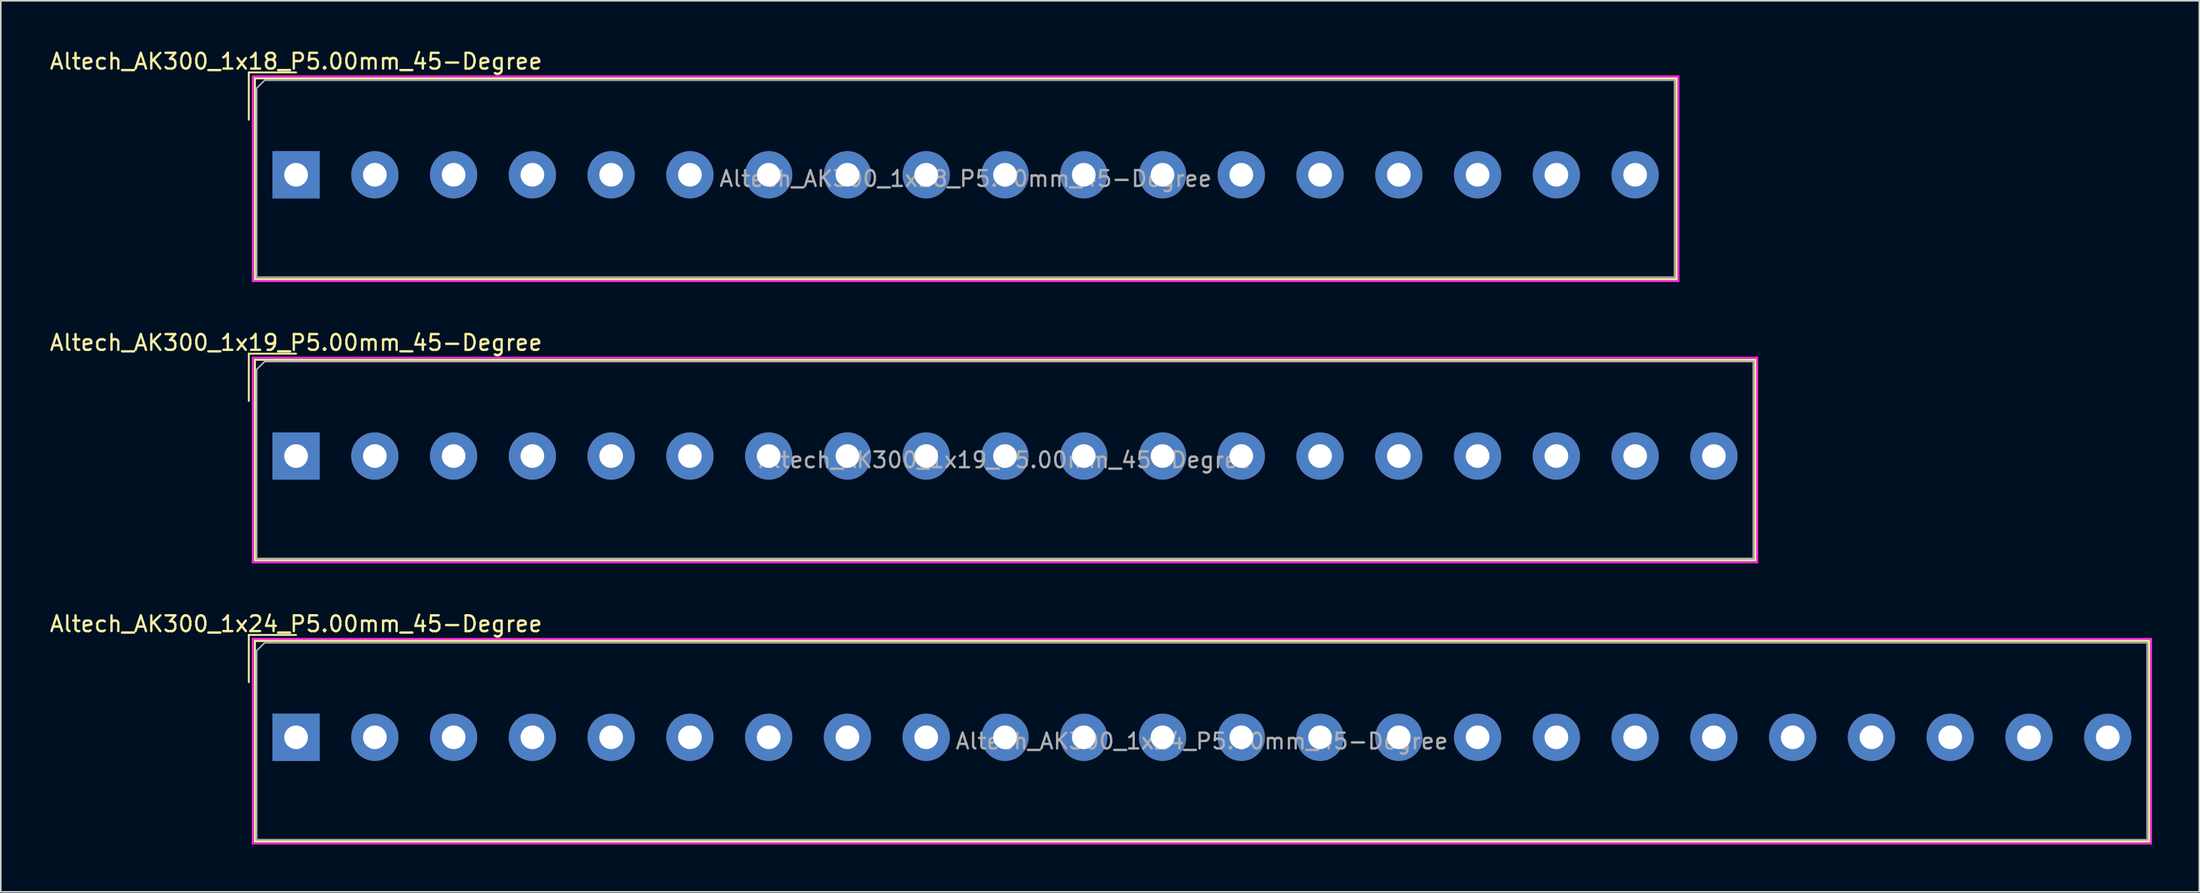
<source format=kicad_pcb>
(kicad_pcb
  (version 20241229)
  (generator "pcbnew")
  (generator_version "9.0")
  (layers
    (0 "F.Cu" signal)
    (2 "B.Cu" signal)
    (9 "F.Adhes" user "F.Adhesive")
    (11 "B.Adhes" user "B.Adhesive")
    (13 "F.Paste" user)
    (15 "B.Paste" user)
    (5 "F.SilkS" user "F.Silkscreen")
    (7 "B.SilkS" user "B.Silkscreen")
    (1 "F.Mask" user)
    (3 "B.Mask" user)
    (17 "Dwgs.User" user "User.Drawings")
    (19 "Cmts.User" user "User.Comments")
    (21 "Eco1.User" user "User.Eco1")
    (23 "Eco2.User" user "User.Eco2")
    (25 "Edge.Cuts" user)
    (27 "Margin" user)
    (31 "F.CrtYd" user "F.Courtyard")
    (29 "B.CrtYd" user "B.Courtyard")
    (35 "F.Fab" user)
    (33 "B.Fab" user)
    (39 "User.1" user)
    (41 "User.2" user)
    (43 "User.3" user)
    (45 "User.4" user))
  (footprint "Altech_AK300_1x18_P5.00mm_45-Degree"
    (layer "F.Cu")
    (at 15.744 8.048)
    (property "Reference" "Altech_AK300_1x18_P5.00mm_45-Degree" (at 0 -7.2 0) (layer "F.SilkS") (effects (font (size 1 1) (thickness 0.15))))
    (attr through_hole)
    (fp_line (start -3 -6.5) (end 0 -6.5) (stroke (width 0.12) (type solid)) (layer "F.SilkS"))
    (fp_line (start -3 -3.5) (end -3 -6.5) (stroke (width 0.12) (type solid)) (layer "F.SilkS"))
    (fp_line (start -2.62 -6.12) (end -2.62 6.62) (stroke (width 0.12) (type solid)) (layer "F.SilkS"))
    (fp_line (start -2.62 -6.12) (end -2.62 6.62) (stroke (width 0.12) (type solid)) (layer "F.SilkS"))
    (fp_line (start -2.62 -6.12) (end 87.62 -6.12) (stroke (width 0.12) (type solid)) (layer "F.SilkS"))
    (fp_line (start -2.62 -6.12) (end 87.62 -6.12) (stroke (width 0.12) (type solid)) (layer "F.SilkS"))
    (fp_line (start -2.62 6.62) (end 87.62 6.62) (stroke (width 0.12) (type solid)) (layer "F.SilkS"))
    (fp_line (start -2.62 6.62) (end 87.62 6.62) (stroke (width 0.12) (type solid)) (layer "F.SilkS"))
    (fp_line (start 87.62 -6.12) (end 87.62 6.62) (stroke (width 0.12) (type solid)) (layer "F.SilkS"))
    (fp_line (start 87.62 -6.12) (end 87.62 6.62) (stroke (width 0.12) (type solid)) (layer "F.SilkS"))
    (fp_line (start -2.75 -6.25) (end -2.75 6.75) (stroke (width 0.12) (type solid)) (layer "F.CrtYd"))
    (fp_line (start -2.75 -6.25) (end 87.75 -6.25) (stroke (width 0.12) (type solid)) (layer "F.CrtYd"))
    (fp_line (start -2.75 6.75) (end 87.75 6.75) (stroke (width 0.12) (type solid)) (layer "F.CrtYd"))
    (fp_line (start 87.75 -6.25) (end 87.75 6.75) (stroke (width 0.12) (type solid)) (layer "F.CrtYd"))
    (fp_line (start -2.5 -5.5) (end -2 -6) (stroke (width 0.1) (type solid)) (layer "F.Fab"))
    (fp_line (start -2.5 6.5) (end -2.5 -5.5) (stroke (width 0.1) (type solid)) (layer "F.Fab"))
    (fp_line (start -2 -6) (end 87.5 -6) (stroke (width 0.1) (type solid)) (layer "F.Fab"))
    (fp_line (start 87.5 -6) (end 87.5 6.5) (stroke (width 0.1) (type solid)) (layer "F.Fab"))
    (fp_line (start 87.5 6.5) (end -2.5 6.5) (stroke (width 0.1) (type solid)) (layer "F.Fab"))
    (fp_text user "${REFERENCE}" (at 42.5 0.25 0) (layer "F.Fab") (effects (font (size 1 1) (thickness 0.15))))
    (pad "1" thru_hole rect (at 0 0) (size 3 3) (drill 1.5) (layers "*.Cu" "*.Mask"))
    (pad "2" thru_hole circle (at 5 0) (size 3 3) (drill 1.5) (layers "*.Cu" "*.Mask"))
    (pad "3" thru_hole circle (at 10 0) (size 3 3) (drill 1.5) (layers "*.Cu" "*.Mask"))
    (pad "4" thru_hole circle (at 15 0) (size 3 3) (drill 1.5) (layers "*.Cu" "*.Mask"))
    (pad "5" thru_hole circle (at 20 0) (size 3 3) (drill 1.5) (layers "*.Cu" "*.Mask"))
    (pad "6" thru_hole circle (at 25 0) (size 3 3) (drill 1.5) (layers "*.Cu" "*.Mask"))
    (pad "7" thru_hole circle (at 30 0) (size 3 3) (drill 1.5) (layers "*.Cu" "*.Mask"))
    (pad "8" thru_hole circle (at 35 0) (size 3 3) (drill 1.5) (layers "*.Cu" "*.Mask"))
    (pad "9" thru_hole circle (at 40 0) (size 3 3) (drill 1.5) (layers "*.Cu" "*.Mask"))
    (pad "10" thru_hole circle (at 45 0) (size 3 3) (drill 1.5) (layers "*.Cu" "*.Mask"))
    (pad "11" thru_hole circle (at 50 0) (size 3 3) (drill 1.5) (layers "*.Cu" "*.Mask"))
    (pad "12" thru_hole circle (at 55 0) (size 3 3) (drill 1.5) (layers "*.Cu" "*.Mask"))
    (pad "13" thru_hole circle (at 60 0) (size 3 3) (drill 1.5) (layers "*.Cu" "*.Mask"))
    (pad "14" thru_hole circle (at 65 0) (size 3 3) (drill 1.5) (layers "*.Cu" "*.Mask"))
    (pad "15" thru_hole circle (at 70 0) (size 3 3) (drill 1.5) (layers "*.Cu" "*.Mask"))
    (pad "16" thru_hole circle (at 75 0) (size 3 3) (drill 1.5) (layers "*.Cu" "*.Mask"))
    (pad "17" thru_hole circle (at 80 0) (size 3 3) (drill 1.5) (layers "*.Cu" "*.Mask"))
    (pad "18" thru_hole circle (at 85 0) (size 3 3) (drill 1.5) (layers "*.Cu" "*.Mask")))
  (footprint "Altech_AK300_1x24_P5.00mm_45-Degree"
    (layer "F.Cu")
    (at 15.744 43.765)
    (property "Reference" "Altech_AK300_1x24_P5.00mm_45-Degree" (at 0 -7.2 0) (layer "F.SilkS") (effects (font (size 1 1) (thickness 0.15))))
    (attr through_hole)
    (fp_line (start -3 -6.5) (end 0 -6.5) (stroke (width 0.12) (type solid)) (layer "F.SilkS"))
    (fp_line (start -3 -3.5) (end -3 -6.5) (stroke (width 0.12) (type solid)) (layer "F.SilkS"))
    (fp_line (start -2.62 -6.12) (end -2.62 6.62) (stroke (width 0.12) (type solid)) (layer "F.SilkS"))
    (fp_line (start -2.62 -6.12) (end -2.62 6.62) (stroke (width 0.12) (type solid)) (layer "F.SilkS"))
    (fp_line (start -2.62 -6.12) (end 117.62 -6.12) (stroke (width 0.12) (type solid)) (layer "F.SilkS"))
    (fp_line (start -2.62 -6.12) (end 117.62 -6.12) (stroke (width 0.12) (type solid)) (layer "F.SilkS"))
    (fp_line (start -2.62 6.62) (end 117.62 6.62) (stroke (width 0.12) (type solid)) (layer "F.SilkS"))
    (fp_line (start -2.62 6.62) (end 117.62 6.62) (stroke (width 0.12) (type solid)) (layer "F.SilkS"))
    (fp_line (start 117.62 -6.12) (end 117.62 6.62) (stroke (width 0.12) (type solid)) (layer "F.SilkS"))
    (fp_line (start 117.62 -6.12) (end 117.62 6.62) (stroke (width 0.12) (type solid)) (layer "F.SilkS"))
    (fp_line (start -2.75 -6.25) (end -2.75 6.75) (stroke (width 0.12) (type solid)) (layer "F.CrtYd"))
    (fp_line (start -2.75 -6.25) (end 117.75 -6.25) (stroke (width 0.12) (type solid)) (layer "F.CrtYd"))
    (fp_line (start -2.75 6.75) (end 117.75 6.75) (stroke (width 0.12) (type solid)) (layer "F.CrtYd"))
    (fp_line (start 117.75 -6.25) (end 117.75 6.75) (stroke (width 0.12) (type solid)) (layer "F.CrtYd"))
    (fp_line (start -2.5 -5.5) (end -2 -6) (stroke (width 0.1) (type solid)) (layer "F.Fab"))
    (fp_line (start -2.5 6.5) (end -2.5 -5.5) (stroke (width 0.1) (type solid)) (layer "F.Fab"))
    (fp_line (start -2 -6) (end 117.5 -6) (stroke (width 0.1) (type solid)) (layer "F.Fab"))
    (fp_line (start 117.5 -6) (end 117.5 6.5) (stroke (width 0.1) (type solid)) (layer "F.Fab"))
    (fp_line (start 117.5 6.5) (end -2.5 6.5) (stroke (width 0.1) (type solid)) (layer "F.Fab"))
    (fp_text user "${REFERENCE}" (at 57.5 0.25 0) (layer "F.Fab") (effects (font (size 1 1) (thickness 0.15))))
    (pad "1" thru_hole rect (at 0 0) (size 3 3) (drill 1.5) (layers "*.Cu" "*.Mask"))
    (pad "2" thru_hole circle (at 5 0) (size 3 3) (drill 1.5) (layers "*.Cu" "*.Mask"))
    (pad "3" thru_hole circle (at 10 0) (size 3 3) (drill 1.5) (layers "*.Cu" "*.Mask"))
    (pad "4" thru_hole circle (at 15 0) (size 3 3) (drill 1.5) (layers "*.Cu" "*.Mask"))
    (pad "5" thru_hole circle (at 20 0) (size 3 3) (drill 1.5) (layers "*.Cu" "*.Mask"))
    (pad "6" thru_hole circle (at 25 0) (size 3 3) (drill 1.5) (layers "*.Cu" "*.Mask"))
    (pad "7" thru_hole circle (at 30 0) (size 3 3) (drill 1.5) (layers "*.Cu" "*.Mask"))
    (pad "8" thru_hole circle (at 35 0) (size 3 3) (drill 1.5) (layers "*.Cu" "*.Mask"))
    (pad "9" thru_hole circle (at 40 0) (size 3 3) (drill 1.5) (layers "*.Cu" "*.Mask"))
    (pad "10" thru_hole circle (at 45 0) (size 3 3) (drill 1.5) (layers "*.Cu" "*.Mask"))
    (pad "11" thru_hole circle (at 50 0) (size 3 3) (drill 1.5) (layers "*.Cu" "*.Mask"))
    (pad "12" thru_hole circle (at 55 0) (size 3 3) (drill 1.5) (layers "*.Cu" "*.Mask"))
    (pad "13" thru_hole circle (at 60 0) (size 3 3) (drill 1.5) (layers "*.Cu" "*.Mask"))
    (pad "14" thru_hole circle (at 65 0) (size 3 3) (drill 1.5) (layers "*.Cu" "*.Mask"))
    (pad "15" thru_hole circle (at 70 0) (size 3 3) (drill 1.5) (layers "*.Cu" "*.Mask"))
    (pad "16" thru_hole circle (at 75 0) (size 3 3) (drill 1.5) (layers "*.Cu" "*.Mask"))
    (pad "17" thru_hole circle (at 80 0) (size 3 3) (drill 1.5) (layers "*.Cu" "*.Mask"))
    (pad "18" thru_hole circle (at 85 0) (size 3 3) (drill 1.5) (layers "*.Cu" "*.Mask"))
    (pad "19" thru_hole circle (at 90 0) (size 3 3) (drill 1.5) (layers "*.Cu" "*.Mask"))
    (pad "20" thru_hole circle (at 95 0) (size 3 3) (drill 1.5) (layers "*.Cu" "*.Mask"))
    (pad "21" thru_hole circle (at 100 0) (size 3 3) (drill 1.5) (layers "*.Cu" "*.Mask"))
    (pad "22" thru_hole circle (at 105 0) (size 3 3) (drill 1.5) (layers "*.Cu" "*.Mask"))
    (pad "23" thru_hole circle (at 110 0) (size 3 3) (drill 1.5) (layers "*.Cu" "*.Mask"))
    (pad "24" thru_hole circle (at 115 0) (size 3 3) (drill 1.5) (layers "*.Cu" "*.Mask")))
  (footprint "Altech_AK300_1x19_P5.00mm_45-Degree"
    (layer "F.Cu")
    (at 15.744 25.907)
    (property "Reference" "Altech_AK300_1x19_P5.00mm_45-Degree" (at 0 -7.2 0) (layer "F.SilkS") (effects (font (size 1 1) (thickness 0.15))))
    (attr through_hole)
    (fp_line (start -3 -6.5) (end 0 -6.5) (stroke (width 0.12) (type solid)) (layer "F.SilkS"))
    (fp_line (start -3 -3.5) (end -3 -6.5) (stroke (width 0.12) (type solid)) (layer "F.SilkS"))
    (fp_line (start -2.62 -6.12) (end -2.62 6.62) (stroke (width 0.12) (type solid)) (layer "F.SilkS"))
    (fp_line (start -2.62 -6.12) (end -2.62 6.62) (stroke (width 0.12) (type solid)) (layer "F.SilkS"))
    (fp_line (start -2.62 -6.12) (end 92.62 -6.12) (stroke (width 0.12) (type solid)) (layer "F.SilkS"))
    (fp_line (start -2.62 -6.12) (end 92.62 -6.12) (stroke (width 0.12) (type solid)) (layer "F.SilkS"))
    (fp_line (start -2.62 6.62) (end 92.62 6.62) (stroke (width 0.12) (type solid)) (layer "F.SilkS"))
    (fp_line (start -2.62 6.62) (end 92.62 6.62) (stroke (width 0.12) (type solid)) (layer "F.SilkS"))
    (fp_line (start 92.62 -6.12) (end 92.62 6.62) (stroke (width 0.12) (type solid)) (layer "F.SilkS"))
    (fp_line (start 92.62 -6.12) (end 92.62 6.62) (stroke (width 0.12) (type solid)) (layer "F.SilkS"))
    (fp_line (start -2.75 -6.25) (end -2.75 6.75) (stroke (width 0.12) (type solid)) (layer "F.CrtYd"))
    (fp_line (start -2.75 -6.25) (end 92.75 -6.25) (stroke (width 0.12) (type solid)) (layer "F.CrtYd"))
    (fp_line (start -2.75 6.75) (end 92.75 6.75) (stroke (width 0.12) (type solid)) (layer "F.CrtYd"))
    (fp_line (start 92.75 -6.25) (end 92.75 6.75) (stroke (width 0.12) (type solid)) (layer "F.CrtYd"))
    (fp_line (start -2.5 -5.5) (end -2 -6) (stroke (width 0.1) (type solid)) (layer "F.Fab"))
    (fp_line (start -2.5 6.5) (end -2.5 -5.5) (stroke (width 0.1) (type solid)) (layer "F.Fab"))
    (fp_line (start -2 -6) (end 92.5 -6) (stroke (width 0.1) (type solid)) (layer "F.Fab"))
    (fp_line (start 92.5 -6) (end 92.5 6.5) (stroke (width 0.1) (type solid)) (layer "F.Fab"))
    (fp_line (start 92.5 6.5) (end -2.5 6.5) (stroke (width 0.1) (type solid)) (layer "F.Fab"))
    (fp_text user "${REFERENCE}" (at 45 0.25 0) (layer "F.Fab") (effects (font (size 1 1) (thickness 0.15))))
    (pad "1" thru_hole rect (at 0 0) (size 3 3) (drill 1.5) (layers "*.Cu" "*.Mask"))
    (pad "2" thru_hole circle (at 5 0) (size 3 3) (drill 1.5) (layers "*.Cu" "*.Mask"))
    (pad "3" thru_hole circle (at 10 0) (size 3 3) (drill 1.5) (layers "*.Cu" "*.Mask"))
    (pad "4" thru_hole circle (at 15 0) (size 3 3) (drill 1.5) (layers "*.Cu" "*.Mask"))
    (pad "5" thru_hole circle (at 20 0) (size 3 3) (drill 1.5) (layers "*.Cu" "*.Mask"))
    (pad "6" thru_hole circle (at 25 0) (size 3 3) (drill 1.5) (layers "*.Cu" "*.Mask"))
    (pad "7" thru_hole circle (at 30 0) (size 3 3) (drill 1.5) (layers "*.Cu" "*.Mask"))
    (pad "8" thru_hole circle (at 35 0) (size 3 3) (drill 1.5) (layers "*.Cu" "*.Mask"))
    (pad "9" thru_hole circle (at 40 0) (size 3 3) (drill 1.5) (layers "*.Cu" "*.Mask"))
    (pad "10" thru_hole circle (at 45 0) (size 3 3) (drill 1.5) (layers "*.Cu" "*.Mask"))
    (pad "11" thru_hole circle (at 50 0) (size 3 3) (drill 1.5) (layers "*.Cu" "*.Mask"))
    (pad "12" thru_hole circle (at 55 0) (size 3 3) (drill 1.5) (layers "*.Cu" "*.Mask"))
    (pad "13" thru_hole circle (at 60 0) (size 3 3) (drill 1.5) (layers "*.Cu" "*.Mask"))
    (pad "14" thru_hole circle (at 65 0) (size 3 3) (drill 1.5) (layers "*.Cu" "*.Mask"))
    (pad "15" thru_hole circle (at 70 0) (size 3 3) (drill 1.5) (layers "*.Cu" "*.Mask"))
    (pad "16" thru_hole circle (at 75 0) (size 3 3) (drill 1.5) (layers "*.Cu" "*.Mask"))
    (pad "17" thru_hole circle (at 80 0) (size 3 3) (drill 1.5) (layers "*.Cu" "*.Mask"))
    (pad "18" thru_hole circle (at 85 0) (size 3 3) (drill 1.5) (layers "*.Cu" "*.Mask"))
    (pad "19" thru_hole circle (at 90 0) (size 3 3) (drill 1.5) (layers "*.Cu" "*.Mask")))
  (gr_rect
    (start -3 -3)
    (end 136.554 53.575)
    (stroke (width 0.1) (type default))
    (fill no)
    (layer "Edge.Cuts")))
</source>
